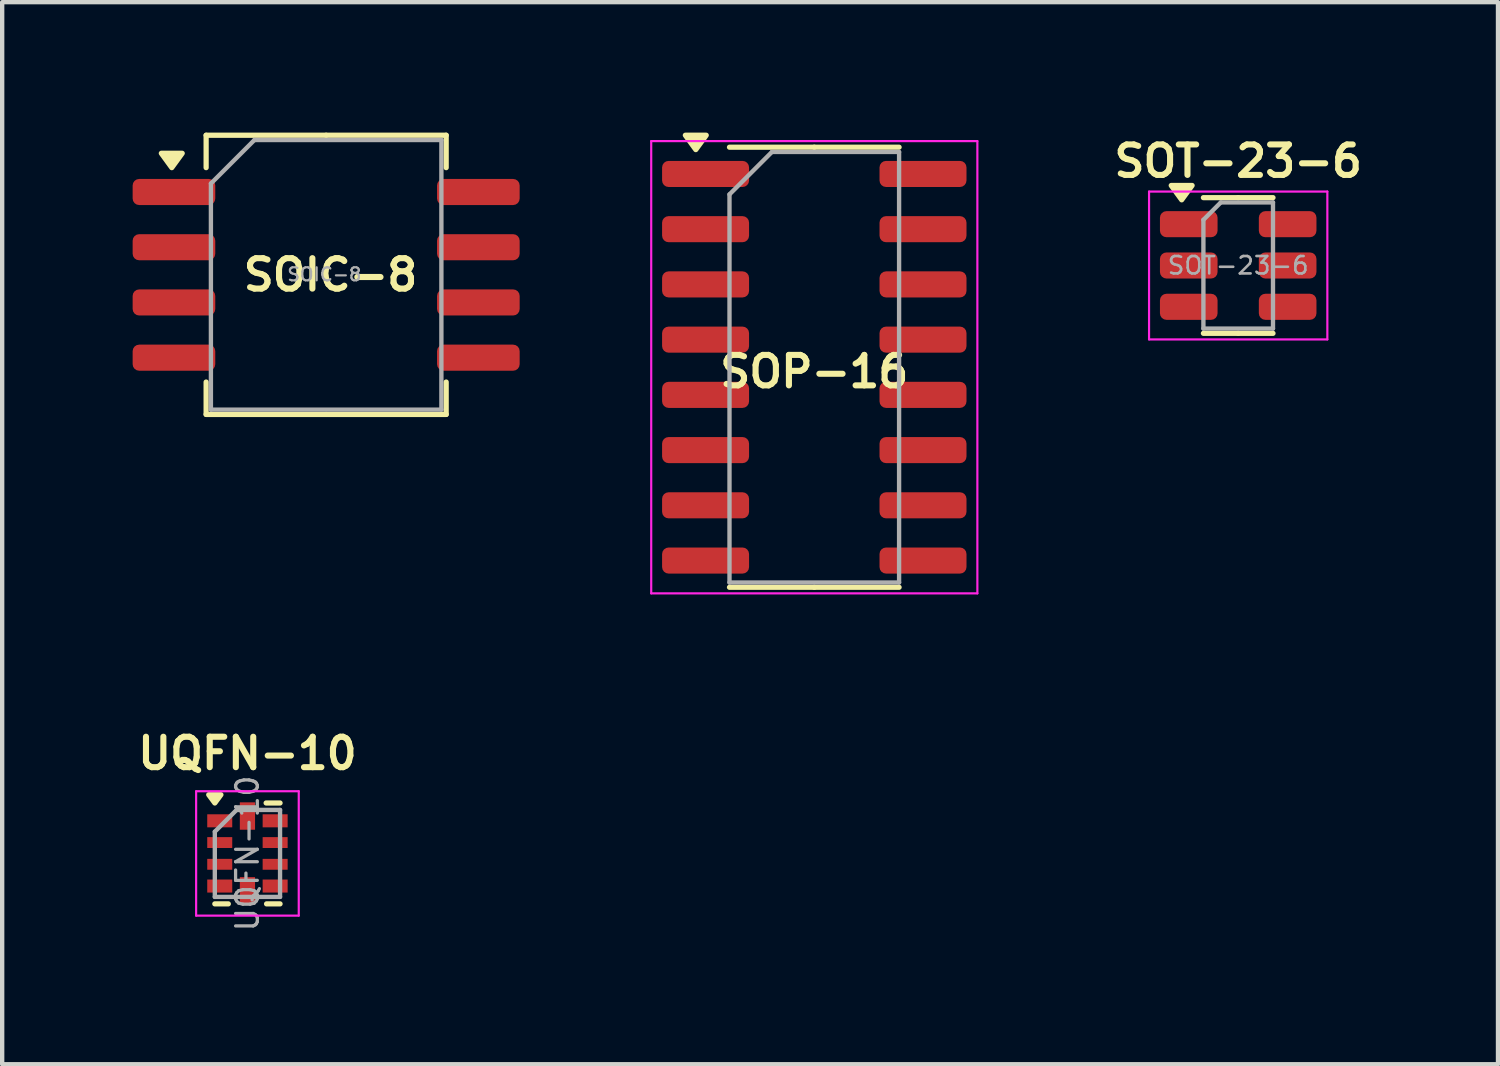
<source format=kicad_pcb>
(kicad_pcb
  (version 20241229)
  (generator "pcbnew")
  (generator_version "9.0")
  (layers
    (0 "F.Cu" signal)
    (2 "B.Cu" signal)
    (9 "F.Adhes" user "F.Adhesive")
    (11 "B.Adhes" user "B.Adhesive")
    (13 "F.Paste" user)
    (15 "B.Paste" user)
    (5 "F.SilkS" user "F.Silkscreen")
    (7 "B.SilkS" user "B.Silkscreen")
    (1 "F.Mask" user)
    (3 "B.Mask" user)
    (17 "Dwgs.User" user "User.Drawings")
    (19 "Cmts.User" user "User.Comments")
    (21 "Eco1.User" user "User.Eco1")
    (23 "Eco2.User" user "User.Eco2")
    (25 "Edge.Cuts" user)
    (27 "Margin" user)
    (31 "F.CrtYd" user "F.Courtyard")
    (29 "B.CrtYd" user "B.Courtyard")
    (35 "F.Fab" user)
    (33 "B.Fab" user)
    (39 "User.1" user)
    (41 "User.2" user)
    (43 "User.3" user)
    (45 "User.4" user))
  (footprint "SOIC-8"
    (layer "F.Cu")
    (at 4.45 3.27)
    (property "Reference" "SOIC-8" (at 0.1 0 0) (layer "F.SilkS") (effects (font (size 0.7 0.7) (thickness 0.14) (bold yes))))
    (property "Value" "SOIC-8" (at 0 4.05 0) (layer "F.Fab") (hide yes) (effects (font (size 1 1) (thickness 0.15))))
    (attr smd)
    (fp_line (start -2.76 -3.21) (end -2.76 -2.465) (stroke (width 0.12) (type solid)) (layer "F.SilkS"))
    (fp_line (start -2.76 3.21) (end -2.76 2.465) (stroke (width 0.12) (type solid)) (layer "F.SilkS"))
    (fp_line (start 0 -3.21) (end -2.76 -3.21) (stroke (width 0.12) (type solid)) (layer "F.SilkS"))
    (fp_line (start 0 -3.21) (end 2.76 -3.21) (stroke (width 0.12) (type solid)) (layer "F.SilkS"))
    (fp_line (start 0 3.21) (end -2.76 3.21) (stroke (width 0.12) (type solid)) (layer "F.SilkS"))
    (fp_line (start 0 3.21) (end 2.76 3.21) (stroke (width 0.12) (type solid)) (layer "F.SilkS"))
    (fp_line (start 2.76 -3.21) (end 2.76 -2.465) (stroke (width 0.12) (type solid)) (layer "F.SilkS"))
    (fp_line (start 2.76 3.21) (end 2.76 2.465) (stroke (width 0.12) (type solid)) (layer "F.SilkS"))
    (fp_poly (pts (xy -3.55 -2.465) (xy -3.79 -2.795) (xy -3.31 -2.795) (xy -3.55 -2.465)) (stroke (width 0.12) (type solid)) (fill yes) (layer "F.SilkS"))
    (fp_line (start -2.65 -2.1) (end -1.65 -3.1) (stroke (width 0.1) (type solid)) (layer "F.Fab"))
    (fp_line (start -2.65 3.1) (end -2.65 -2.1) (stroke (width 0.1) (type solid)) (layer "F.Fab"))
    (fp_line (start -1.65 -3.1) (end 2.65 -3.1) (stroke (width 0.1) (type solid)) (layer "F.Fab"))
    (fp_line (start 2.65 -3.1) (end 2.65 3.1) (stroke (width 0.1) (type solid)) (layer "F.Fab"))
    (fp_line (start 2.65 3.1) (end -2.65 3.1) (stroke (width 0.1) (type solid)) (layer "F.Fab"))
    (fp_text user "${VALUE}" (at -0.04 -0.01 0) (layer "F.Fab") (effects (font (size 0.3 0.3) (thickness 0.05) (bold yes))))
    (pad "1" smd roundrect (at -3.5 -1.905) (size 1.9 0.6) (layers "F.Cu" "F.Mask" "F.Paste") (roundrect_rratio 0.25))
    (pad "2" smd roundrect (at -3.5 -0.635) (size 1.9 0.6) (layers "F.Cu" "F.Mask" "F.Paste") (roundrect_rratio 0.25))
    (pad "3" smd roundrect (at -3.5 0.635) (size 1.9 0.6) (layers "F.Cu" "F.Mask" "F.Paste") (roundrect_rratio 0.25))
    (pad "4" smd roundrect (at -3.5 1.905) (size 1.9 0.6) (layers "F.Cu" "F.Mask" "F.Paste") (roundrect_rratio 0.25))
    (pad "5" smd roundrect (at 3.5 1.905) (size 1.9 0.6) (layers "F.Cu" "F.Mask" "F.Paste") (roundrect_rratio 0.25))
    (pad "6" smd roundrect (at 3.5 0.635) (size 1.9 0.6) (layers "F.Cu" "F.Mask" "F.Paste") (roundrect_rratio 0.25))
    (pad "7" smd roundrect (at 3.5 -0.635) (size 1.9 0.6) (layers "F.Cu" "F.Mask" "F.Paste") (roundrect_rratio 0.25))
    (pad "8" smd roundrect (at 3.5 -1.905) (size 1.9 0.6) (layers "F.Cu" "F.Mask" "F.Paste") (roundrect_rratio 0.25)))
  (footprint "SOT-23-6"
    (layer "F.Cu")
    (at 25.423 3.055)
    (property "Reference" "SOT-23-6" (at 0 -2.4 0) (layer "F.SilkS") (effects (font (size 0.7 0.7) (thickness 0.14) (bold yes))))
    (attr smd)
    (fp_line (start 0 -1.56) (end -0.8 -1.56) (stroke (width 0.12) (type solid)) (layer "F.SilkS"))
    (fp_line (start 0 -1.56) (end 0.8 -1.56) (stroke (width 0.12) (type solid)) (layer "F.SilkS"))
    (fp_line (start 0 1.56) (end -0.8 1.56) (stroke (width 0.12) (type solid)) (layer "F.SilkS"))
    (fp_line (start 0 1.56) (end 0.8 1.56) (stroke (width 0.12) (type solid)) (layer "F.SilkS"))
    (fp_poly (pts (xy -1.3 -1.51) (xy -1.54 -1.84) (xy -1.06 -1.84) (xy -1.3 -1.51)) (stroke (width 0.12) (type solid)) (fill yes) (layer "F.SilkS"))
    (fp_line (start -2.05 -1.7) (end -2.05 1.7) (stroke (width 0.05) (type solid)) (layer "F.CrtYd"))
    (fp_line (start -2.05 1.7) (end 2.05 1.7) (stroke (width 0.05) (type solid)) (layer "F.CrtYd"))
    (fp_line (start 2.05 -1.7) (end -2.05 -1.7) (stroke (width 0.05) (type solid)) (layer "F.CrtYd"))
    (fp_line (start 2.05 1.7) (end 2.05 -1.7) (stroke (width 0.05) (type solid)) (layer "F.CrtYd"))
    (fp_line (start -0.8 -1.05) (end -0.4 -1.45) (stroke (width 0.1) (type solid)) (layer "F.Fab"))
    (fp_line (start -0.8 1.45) (end -0.8 -1.05) (stroke (width 0.1) (type solid)) (layer "F.Fab"))
    (fp_line (start -0.4 -1.45) (end 0.8 -1.45) (stroke (width 0.1) (type solid)) (layer "F.Fab"))
    (fp_line (start 0.8 -1.45) (end 0.8 1.45) (stroke (width 0.1) (type solid)) (layer "F.Fab"))
    (fp_line (start 0.8 1.45) (end -0.8 1.45) (stroke (width 0.1) (type solid)) (layer "F.Fab"))
    (fp_text user "${REFERENCE}" (at 0 0 0) (layer "F.Fab") (effects (font (size 0.4 0.4) (thickness 0.06))))
    (pad "1" smd roundrect (at -1.137 -0.95) (size 1.325 0.6) (layers "F.Cu" "F.Mask" "F.Paste") (roundrect_rratio 0.25))
    (pad "2" smd roundrect (at -1.137 0) (size 1.325 0.6) (layers "F.Cu" "F.Mask" "F.Paste") (roundrect_rratio 0.25))
    (pad "3" smd roundrect (at -1.137 0.95) (size 1.325 0.6) (layers "F.Cu" "F.Mask" "F.Paste") (roundrect_rratio 0.25))
    (pad "4" smd roundrect (at 1.137 0.95) (size 1.325 0.6) (layers "F.Cu" "F.Mask" "F.Paste") (roundrect_rratio 0.25))
    (pad "5" smd roundrect (at 1.137 0) (size 1.325 0.6) (layers "F.Cu" "F.Mask" "F.Paste") (roundrect_rratio 0.25))
    (pad "6" smd roundrect (at 1.137 -0.95) (size 1.325 0.6) (layers "F.Cu" "F.Mask" "F.Paste") (roundrect_rratio 0.25)))
  (footprint "UQFN-10"
    (layer "F.Cu")
    (at 2.64 16.575)
    (property "Reference" "UQFN-10" (at 0 -2.3 0) (layer "F.SilkS") (effects (font (size 0.7 0.7) (thickness 0.14) (bold yes))))
    (attr smd)
    (fp_line (start -0.44 1.16) (end -0.75 1.16) (stroke (width 0.12) (type solid)) (layer "F.SilkS"))
    (fp_line (start 0.75 -1.16) (end 0.43 -1.16) (stroke (width 0.12) (type solid)) (layer "F.SilkS"))
    (fp_line (start 0.75 1.16) (end 0.44 1.16) (stroke (width 0.12) (type solid)) (layer "F.SilkS"))
    (fp_poly (pts (xy -0.75 -1.16) (xy -0.89 -1.35) (xy -0.61 -1.35) (xy -0.75 -1.16)) (stroke (width 0.12) (type solid)) (fill yes) (layer "F.SilkS"))
    (fp_line (start -1.18 -1.43) (end 1.18 -1.43) (stroke (width 0.05) (type solid)) (layer "F.CrtYd"))
    (fp_line (start -1.18 1.43) (end -1.18 -1.43) (stroke (width 0.05) (type solid)) (layer "F.CrtYd"))
    (fp_line (start 1.18 -1.43) (end 1.18 1.43) (stroke (width 0.05) (type solid)) (layer "F.CrtYd"))
    (fp_line (start 1.18 1.43) (end -1.18 1.43) (stroke (width 0.05) (type solid)) (layer "F.CrtYd"))
    (fp_line (start -0.75 1) (end -0.75 -0.5) (stroke (width 0.1) (type solid)) (layer "F.Fab"))
    (fp_line (start -0.25 -1) (end -0.75 -0.5) (stroke (width 0.1) (type solid)) (layer "F.Fab"))
    (fp_line (start -0.25 -1) (end 0.75 -1) (stroke (width 0.1) (type solid)) (layer "F.Fab"))
    (fp_line (start 0.75 -1) (end 0.75 1) (stroke (width 0.1) (type solid)) (layer "F.Fab"))
    (fp_line (start 0.75 1) (end -0.75 1) (stroke (width 0.1) (type solid)) (layer "F.Fab"))
    (fp_text user "${REFERENCE}" (at 0 0 270) (layer "F.Fab") (effects (font (size 0.5 0.5) (thickness 0.075))))
    (pad "1" smd rect (at -0.637 -0.75) (size 0.575 0.3) (layers "F.Cu" "F.Mask" "F.Paste"))
    (pad "2" smd rect (at -0.637 -0.25) (size 0.575 0.25) (layers "F.Cu" "F.Mask" "F.Paste"))
    (pad "3" smd rect (at -0.637 0.25) (size 0.575 0.25) (layers "F.Cu" "F.Mask" "F.Paste"))
    (pad "4" smd rect (at -0.637 0.75) (size 0.575 0.3) (layers "F.Cu" "F.Mask" "F.Paste"))
    (pad "5" smd rect (at 0 0.86) (size 0.35 0.63) (layers "F.Cu" "F.Mask" "F.Paste"))
    (pad "6" smd rect (at 0.637 0.75) (size 0.575 0.3) (layers "F.Cu" "F.Mask" "F.Paste"))
    (pad "7" smd rect (at 0.637 0.25) (size 0.575 0.25) (layers "F.Cu" "F.Mask" "F.Paste"))
    (pad "8" smd rect (at 0.637 -0.25) (size 0.575 0.25) (layers "F.Cu" "F.Mask" "F.Paste"))
    (pad "9" smd rect (at 0.637 -0.75) (size 0.575 0.3) (layers "F.Cu" "F.Mask" "F.Paste"))
    (pad "10" smd rect (at 0 -0.86) (size 0.35 0.63) (layers "F.Cu" "F.Mask" "F.Paste")))
  (footprint "SOP-16"
    (layer "F.Cu")
    (at 15.675 5.395)
    (property "Reference" "SOP-16" (at 0 0.1 0) (layer "F.SilkS") (effects (font (size 0.7 0.7) (thickness 0.14) (bold yes))))
    (attr smd)
    (fp_line (start 0 -5.06) (end -1.95 -5.06) (stroke (width 0.12) (type solid)) (layer "F.SilkS"))
    (fp_line (start 0 -5.06) (end 1.95 -5.06) (stroke (width 0.12) (type solid)) (layer "F.SilkS"))
    (fp_line (start 0 5.06) (end -1.95 5.06) (stroke (width 0.12) (type solid)) (layer "F.SilkS"))
    (fp_line (start 0 5.06) (end 1.95 5.06) (stroke (width 0.12) (type solid)) (layer "F.SilkS"))
    (fp_poly (pts (xy -2.725 -5.005) (xy -2.965 -5.335) (xy -2.485 -5.335) (xy -2.725 -5.005)) (stroke (width 0.12) (type solid)) (fill yes) (layer "F.SilkS"))
    (fp_line (start -3.75 -5.2) (end -3.75 5.2) (stroke (width 0.05) (type solid)) (layer "F.CrtYd"))
    (fp_line (start -3.75 5.2) (end 3.75 5.2) (stroke (width 0.05) (type solid)) (layer "F.CrtYd"))
    (fp_line (start 3.75 -5.2) (end -3.75 -5.2) (stroke (width 0.05) (type solid)) (layer "F.CrtYd"))
    (fp_line (start 3.75 5.2) (end 3.75 -5.2) (stroke (width 0.05) (type solid)) (layer "F.CrtYd"))
    (fp_line (start -1.95 -3.975) (end -0.975 -4.95) (stroke (width 0.1) (type solid)) (layer "F.Fab"))
    (fp_line (start -1.95 4.95) (end -1.95 -3.975) (stroke (width 0.1) (type solid)) (layer "F.Fab"))
    (fp_line (start -0.975 -4.95) (end 1.95 -4.95) (stroke (width 0.1) (type solid)) (layer "F.Fab"))
    (fp_line (start 1.95 -4.95) (end 1.95 4.95) (stroke (width 0.1) (type solid)) (layer "F.Fab"))
    (fp_line (start 1.95 4.95) (end -1.95 4.95) (stroke (width 0.1) (type solid)) (layer "F.Fab"))
    (pad "1" smd roundrect (at -2.5 -4.445) (size 2 0.6) (layers "F.Cu" "F.Mask" "F.Paste") (roundrect_rratio 0.25))
    (pad "2" smd roundrect (at -2.5 -3.175) (size 2 0.6) (layers "F.Cu" "F.Mask" "F.Paste") (roundrect_rratio 0.25))
    (pad "3" smd roundrect (at -2.5 -1.905) (size 2 0.6) (layers "F.Cu" "F.Mask" "F.Paste") (roundrect_rratio 0.25))
    (pad "4" smd roundrect (at -2.5 -0.635) (size 2 0.6) (layers "F.Cu" "F.Mask" "F.Paste") (roundrect_rratio 0.25))
    (pad "5" smd roundrect (at -2.5 0.635) (size 2 0.6) (layers "F.Cu" "F.Mask" "F.Paste") (roundrect_rratio 0.25))
    (pad "6" smd roundrect (at -2.5 1.905) (size 2 0.6) (layers "F.Cu" "F.Mask" "F.Paste") (roundrect_rratio 0.25))
    (pad "7" smd roundrect (at -2.5 3.175) (size 2 0.6) (layers "F.Cu" "F.Mask" "F.Paste") (roundrect_rratio 0.25))
    (pad "8" smd roundrect (at -2.5 4.445) (size 2 0.6) (layers "F.Cu" "F.Mask" "F.Paste") (roundrect_rratio 0.25))
    (pad "9" smd roundrect (at 2.5 4.445) (size 2 0.6) (layers "F.Cu" "F.Mask" "F.Paste") (roundrect_rratio 0.25))
    (pad "10" smd roundrect (at 2.5 3.175) (size 2 0.6) (layers "F.Cu" "F.Mask" "F.Paste") (roundrect_rratio 0.25))
    (pad "11" smd roundrect (at 2.5 1.905) (size 2 0.6) (layers "F.Cu" "F.Mask" "F.Paste") (roundrect_rratio 0.25))
    (pad "12" smd roundrect (at 2.5 0.635) (size 2 0.6) (layers "F.Cu" "F.Mask" "F.Paste") (roundrect_rratio 0.25))
    (pad "13" smd roundrect (at 2.5 -0.635) (size 2 0.6) (layers "F.Cu" "F.Mask" "F.Paste") (roundrect_rratio 0.25))
    (pad "14" smd roundrect (at 2.5 -1.905) (size 2 0.6) (layers "F.Cu" "F.Mask" "F.Paste") (roundrect_rratio 0.25))
    (pad "15" smd roundrect (at 2.5 -3.175) (size 2 0.6) (layers "F.Cu" "F.Mask" "F.Paste") (roundrect_rratio 0.25))
    (pad "16" smd roundrect (at 2.5 -4.445) (size 2 0.6) (layers "F.Cu" "F.Mask" "F.Paste") (roundrect_rratio 0.25)))
  (gr_rect
    (start -3 -3)
    (end 31.397 21.423)
    (stroke (width 0.1) (type default))
    (fill no)
    (layer "Edge.Cuts")))
</source>
